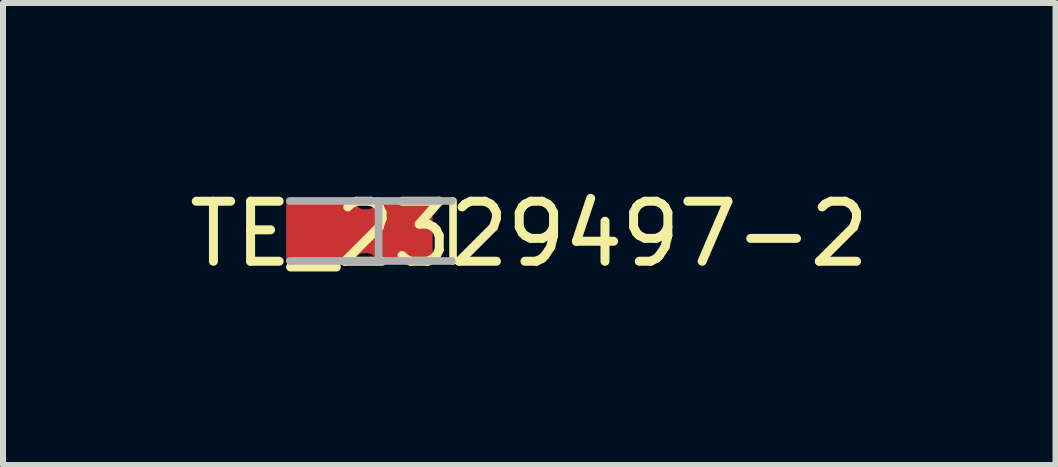
<source format=kicad_pcb>
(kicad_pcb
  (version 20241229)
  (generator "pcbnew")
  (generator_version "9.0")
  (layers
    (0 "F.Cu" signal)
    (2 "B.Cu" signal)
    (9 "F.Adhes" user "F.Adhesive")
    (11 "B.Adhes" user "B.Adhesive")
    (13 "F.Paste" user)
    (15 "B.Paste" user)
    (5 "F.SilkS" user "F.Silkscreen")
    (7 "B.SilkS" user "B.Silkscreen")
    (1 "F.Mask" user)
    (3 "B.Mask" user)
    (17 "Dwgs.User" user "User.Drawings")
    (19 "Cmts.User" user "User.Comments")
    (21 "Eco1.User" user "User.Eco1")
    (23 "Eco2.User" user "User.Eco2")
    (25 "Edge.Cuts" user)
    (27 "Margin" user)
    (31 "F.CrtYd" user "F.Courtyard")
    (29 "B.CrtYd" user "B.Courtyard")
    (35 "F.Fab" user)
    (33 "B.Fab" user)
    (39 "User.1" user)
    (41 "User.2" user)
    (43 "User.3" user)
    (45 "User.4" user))
  (footprint "TE_2329497-2"
    (layer "F.Cu")
    (at 1.908 0.798)
    (property "Reference" "TE_2329497-2" (at 3.86 0.05 0) (layer "F.SilkS") (effects (font (size 1 1) (thickness 0.15))))
    (attr smd)
    (fp_line (start 2.59 -0.5) (end 2.59 0.5) (stroke (width 0.127) (type solid)) (layer "F.SilkS"))
    (fp_poly (pts (xy -0.19 0.5) (xy 0.96 0.5) (xy 0.962 0.497) (xy 0.963 0.489) (xy 0.965 0.481) (xy 0.967 0.474) (xy 0.97 0.466) (xy 0.973 0.459) (xy 0.976 0.452) (xy 0.98 0.445) (xy 0.984 0.438) (xy 0.989 0.432) (xy 0.993 0.426) (xy 0.999 0.42) (xy 1.004 0.414) (xy 1.01 0.409) (xy 1.016 0.403) (xy 1.022 0.399) (xy 1.028 0.394) (xy 1.035 0.39) (xy 1.042 0.386) (xy 1.049 0.383) (xy 1.056 0.38) (xy 1.064 0.377) (xy 1.071 0.375) (xy 1.079 0.373) (xy 1.087 0.372) (xy 1.094 0.371) (xy 1.102 0.37) (xy 1.11 0.37) (xy 1.16 0.37) (xy 1.168 0.37) (xy 1.176 0.371) (xy 1.183 0.372) (xy 1.191 0.373) (xy 1.199 0.375) (xy 1.206 0.377) (xy 1.214 0.38) (xy 1.221 0.383) (xy 1.228 0.386) (xy 1.235 0.39) (xy 1.242 0.394) (xy 1.248 0.399) (xy 1.254 0.403) (xy 1.26 0.409) (xy 1.266 0.414) (xy 1.271 0.42) (xy 1.277 0.426) (xy 1.281 0.432) (xy 1.286 0.438) (xy 1.29 0.445) (xy 1.294 0.452) (xy 1.297 0.459) (xy 1.3 0.466) (xy 1.303 0.474) (xy 1.305 0.481) (xy 1.307 0.489) (xy 1.308 0.497) (xy 1.31 0.5) (xy 2.25 0.5) (xy 2.25 -0.5) (xy 1.31 -0.5) (xy 1.309 -0.494) (xy 1.308 -0.487) (xy 1.307 -0.479) (xy 1.305 -0.471) (xy 1.303 -0.464) (xy 1.3 -0.456) (xy 1.297 -0.449) (xy 1.294 -0.442) (xy 1.29 -0.435) (xy 1.286 -0.428) (xy 1.281 -0.422) (xy 1.277 -0.416) (xy 1.271 -0.41) (xy 1.266 -0.404) (xy 1.26 -0.399) (xy 1.254 -0.393) (xy 1.248 -0.389) (xy 1.242 -0.384) (xy 1.235 -0.38) (xy 1.228 -0.376) (xy 1.221 -0.373) (xy 1.214 -0.37) (xy 1.206 -0.367) (xy 1.199 -0.365) (xy 1.191 -0.363) (xy 1.183 -0.362) (xy 1.176 -0.361) (xy 1.168 -0.36) (xy 1.16 -0.36) (xy 1.11 -0.36) (xy 1.102 -0.36) (xy 1.094 -0.361) (xy 1.087 -0.362) (xy 1.079 -0.363) (xy 1.071 -0.365) (xy 1.064 -0.367) (xy 1.056 -0.37) (xy 1.049 -0.373) (xy 1.042 -0.376) (xy 1.035 -0.38) (xy 1.028 -0.384) (xy 1.022 -0.389) (xy 1.016 -0.393) (xy 1.01 -0.399) (xy 1.004 -0.404) (xy 0.999 -0.41) (xy 0.993 -0.416) (xy 0.989 -0.422) (xy 0.984 -0.428) (xy 0.98 -0.435) (xy 0.976 -0.442) (xy 0.973 -0.449) (xy 0.97 -0.456) (xy 0.967 -0.464) (xy 0.965 -0.471) (xy 0.963 -0.479) (xy 0.962 -0.487) (xy 0.961 -0.494) (xy 0.96 -0.5) (xy -0.19 -0.5)) (stroke (width 0) (type solid)) (fill yes) (layer "F.Paste"))
    (fp_line (start -0.13 -0.5) (end 2.57 -0.5) (stroke (width 0.127) (type solid)) (layer "F.Fab"))
    (fp_line (start -0.13 0.5) (end 2.57 0.5) (stroke (width 0.127) (type solid)) (layer "F.Fab"))
    (fp_line (start 1.35 -0.5) (end 1.35 0.5) (stroke (width 0.127) (type solid)) (layer "F.Fab"))
    (pad "1" smd custom (at 1.03 0) (size 0.5 0.5) (layers "F.Cu") (options (anchor rect)) (primitives (gr_poly (pts (xy -1.22 0.5) (xy -0.07 0.5) (xy -0.068 0.497) (xy -0.067 0.489) (xy -0.065 0.481) (xy -0.063 0.474) (xy -0.06 0.466) (xy -0.057 0.459) (xy -0.054 0.452) (xy -0.05 0.445) (xy -0.046 0.438) (xy -0.041 0.432) (xy -0.037 0.426) (xy -0.031 0.42) (xy -0.026 0.414) (xy -0.02 0.409) (xy -0.014 0.403) (xy -0.008 0.399) (xy -0.002 0.394) (xy 0.005 0.39) (xy 0.012 0.386) (xy 0.019 0.383) (xy 0.026 0.38) (xy 0.034 0.377) (xy 0.041 0.375) (xy 0.049 0.373) (xy 0.057 0.372) (xy 0.064 0.371) (xy 0.072 0.37) (xy 0.08 0.37) (xy 0.13 0.37) (xy 0.138 0.37) (xy 0.146 0.371) (xy 0.153 0.372) (xy 0.161 0.373) (xy 0.169 0.375) (xy 0.176 0.377) (xy 0.184 0.38) (xy 0.191 0.383) (xy 0.198 0.386) (xy 0.205 0.39) (xy 0.212 0.394) (xy 0.218 0.399) (xy 0.224 0.403) (xy 0.23 0.409) (xy 0.236 0.414) (xy 0.241 0.42) (xy 0.247 0.426) (xy 0.251 0.432) (xy 0.256 0.438) (xy 0.26 0.445) (xy 0.264 0.452) (xy 0.267 0.459) (xy 0.27 0.466) (xy 0.273 0.474) (xy 0.275 0.481) (xy 0.277 0.489) (xy 0.278 0.497) (xy 0.28 0.5) (xy 1.22 0.5) (xy 1.22 -0.5) (xy 0.28 -0.5) (xy 0.279 -0.494) (xy 0.278 -0.487) (xy 0.277 -0.479) (xy 0.275 -0.471) (xy 0.273 -0.464) (xy 0.27 -0.456) (xy 0.267 -0.449) (xy 0.264 -0.442) (xy 0.26 -0.435) (xy 0.256 -0.428) (xy 0.251 -0.422) (xy 0.247 -0.416) (xy 0.241 -0.41) (xy 0.236 -0.404) (xy 0.23 -0.399) (xy 0.224 -0.393) (xy 0.218 -0.389) (xy 0.212 -0.384) (xy 0.205 -0.38) (xy 0.198 -0.376) (xy 0.191 -0.373) (xy 0.184 -0.37) (xy 0.176 -0.367) (xy 0.169 -0.365) (xy 0.161 -0.363) (xy 0.153 -0.362) (xy 0.146 -0.361) (xy 0.138 -0.36) (xy 0.13 -0.36) (xy 0.08 -0.36) (xy 0.072 -0.36) (xy 0.064 -0.361) (xy 0.057 -0.362) (xy 0.049 -0.363) (xy 0.041 -0.365) (xy 0.034 -0.367) (xy 0.026 -0.37) (xy 0.019 -0.373) (xy 0.012 -0.376) (xy 0.005 -0.38) (xy -0.002 -0.384) (xy -0.008 -0.389) (xy -0.014 -0.393) (xy -0.02 -0.399) (xy -0.026 -0.404) (xy -0.031 -0.41) (xy -0.037 -0.416) (xy -0.041 -0.422) (xy -0.046 -0.428) (xy -0.05 -0.435) (xy -0.054 -0.442) (xy -0.057 -0.449) (xy -0.06 -0.456) (xy -0.063 -0.464) (xy -0.065 -0.471) (xy -0.067 -0.479) (xy -0.068 -0.487) (xy -0.069 -0.494) (xy -0.07 -0.5) (xy -1.22 -0.5)) (width 0) (fill yes)))))
  (gr_rect
    (start -3 -3)
    (end 14.536 4.697)
    (stroke (width 0.1) (type default))
    (fill no)
    (layer "Edge.Cuts")))
</source>
